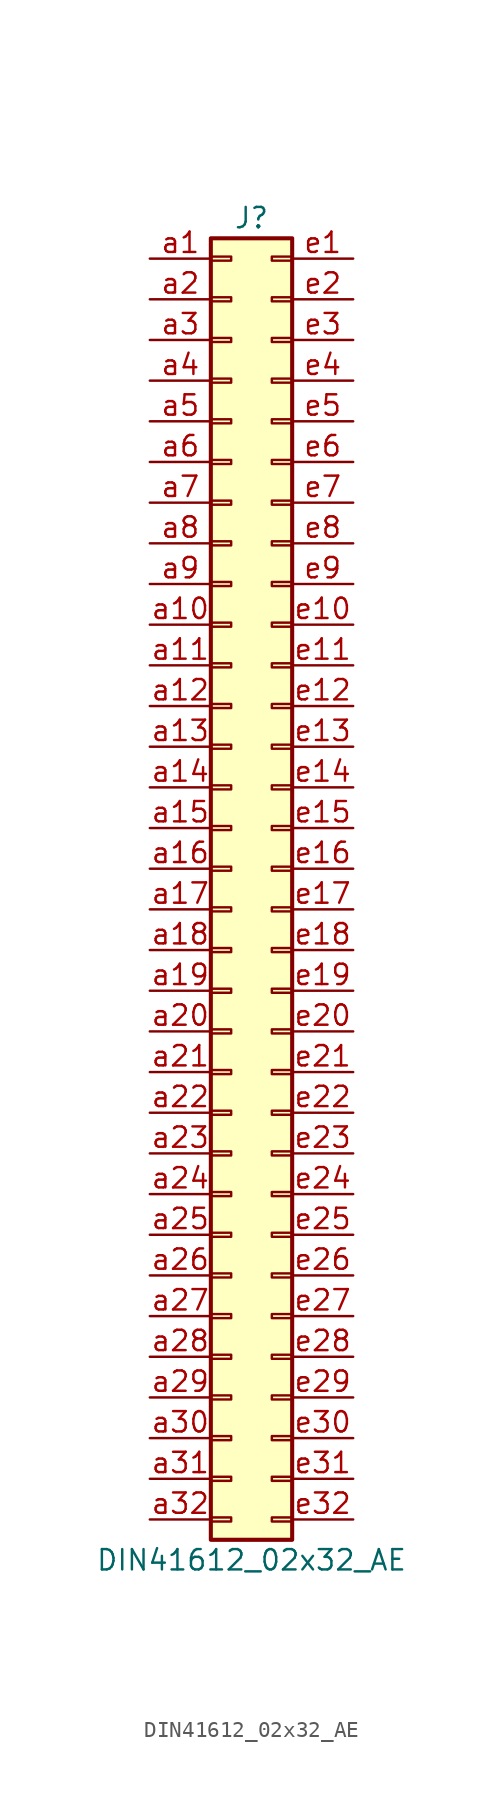
<source format=kicad_sym>
(kicad_symbol_lib
  (version 20220914)
  (generator kicad_symbol_editor)
  (symbol "DIN41612_02x32_AE"
    (pin_names
      (offset 1.016) hide)
    (property "Reference" "J"
      (at 1.27 40.64 0)
      (effects (font (size 1.27 1.27))))
    (property "Value" "DIN41612_02x32_AE"
      (at 1.27 -43.18 0)
      (effects (font (size 1.27 1.27))))
    (symbol "DIN41612_02x32_AE_1_1"
      (rectangle (start -1.27 -40.513) (end 0 -40.767) (stroke (width 0.152) (type default)) (fill (type none)))
      (rectangle (start -1.27 -37.973) (end 0 -38.227) (stroke (width 0.152) (type default)) (fill (type none)))
      (rectangle (start -1.27 -35.433) (end 0 -35.687) (stroke (width 0.152) (type default)) (fill (type none)))
      (rectangle (start -1.27 -32.893) (end 0 -33.147) (stroke (width 0.152) (type default)) (fill (type none)))
      (rectangle (start -1.27 -30.353) (end 0 -30.607) (stroke (width 0.152) (type default)) (fill (type none)))
      (rectangle (start -1.27 -27.813) (end 0 -28.067) (stroke (width 0.152) (type default)) (fill (type none)))
      (rectangle (start -1.27 -25.273) (end 0 -25.527) (stroke (width 0.152) (type default)) (fill (type none)))
      (rectangle (start -1.27 -22.733) (end 0 -22.987) (stroke (width 0.152) (type default)) (fill (type none)))
      (rectangle (start -1.27 -20.193) (end 0 -20.447) (stroke (width 0.152) (type default)) (fill (type none)))
      (rectangle (start -1.27 -17.653) (end 0 -17.907) (stroke (width 0.152) (type default)) (fill (type none)))
      (rectangle (start -1.27 -15.113) (end 0 -15.367) (stroke (width 0.152) (type default)) (fill (type none)))
      (rectangle (start -1.27 -12.573) (end 0 -12.827) (stroke (width 0.152) (type default)) (fill (type none)))
      (rectangle (start -1.27 -10.033) (end 0 -10.287) (stroke (width 0.152) (type default)) (fill (type none)))
      (rectangle (start -1.27 -7.493) (end 0 -7.747) (stroke (width 0.152) (type default)) (fill (type none)))
      (rectangle (start -1.27 -4.953) (end 0 -5.207) (stroke (width 0.152) (type default)) (fill (type none)))
      (rectangle (start -1.27 -2.413) (end 0 -2.667) (stroke (width 0.152) (type default)) (fill (type none)))
      (rectangle (start -1.27 0.127) (end 0 -0.127) (stroke (width 0.152) (type default)) (fill (type none)))
      (rectangle (start -1.27 2.667) (end 0 2.413) (stroke (width 0.152) (type default)) (fill (type none)))
      (rectangle (start -1.27 5.207) (end 0 4.953) (stroke (width 0.152) (type default)) (fill (type none)))
      (rectangle (start -1.27 7.747) (end 0 7.493) (stroke (width 0.152) (type default)) (fill (type none)))
      (rectangle (start -1.27 10.287) (end 0 10.033) (stroke (width 0.152) (type default)) (fill (type none)))
      (rectangle (start -1.27 12.827) (end 0 12.573) (stroke (width 0.152) (type default)) (fill (type none)))
      (rectangle (start -1.27 15.367) (end 0 15.113) (stroke (width 0.152) (type default)) (fill (type none)))
      (rectangle (start -1.27 17.907) (end 0 17.653) (stroke (width 0.152) (type default)) (fill (type none)))
      (rectangle (start -1.27 20.447) (end 0 20.193) (stroke (width 0.152) (type default)) (fill (type none)))
      (rectangle (start -1.27 22.987) (end 0 22.733) (stroke (width 0.152) (type default)) (fill (type none)))
      (rectangle (start -1.27 25.527) (end 0 25.273) (stroke (width 0.152) (type default)) (fill (type none)))
      (rectangle (start -1.27 28.067) (end 0 27.813) (stroke (width 0.152) (type default)) (fill (type none)))
      (rectangle (start -1.27 30.607) (end 0 30.353) (stroke (width 0.152) (type default)) (fill (type none)))
      (rectangle (start -1.27 33.147) (end 0 32.893) (stroke (width 0.152) (type default)) (fill (type none)))
      (rectangle (start -1.27 35.687) (end 0 35.433) (stroke (width 0.152) (type default)) (fill (type none)))
      (rectangle (start -1.27 38.227) (end 0 37.973) (stroke (width 0.152) (type default)) (fill (type none)))
      (rectangle (start -1.27 39.37) (end 3.81 -41.91) (stroke (width 0.254) (type default)) (fill (type background)))
      (rectangle (start 3.81 -40.513) (end 2.54 -40.767) (stroke (width 0.152) (type default)) (fill (type none)))
      (rectangle (start 3.81 -37.973) (end 2.54 -38.227) (stroke (width 0.152) (type default)) (fill (type none)))
      (rectangle (start 3.81 -35.433) (end 2.54 -35.687) (stroke (width 0.152) (type default)) (fill (type none)))
      (rectangle (start 3.81 -32.893) (end 2.54 -33.147) (stroke (width 0.152) (type default)) (fill (type none)))
      (rectangle (start 3.81 -30.353) (end 2.54 -30.607) (stroke (width 0.152) (type default)) (fill (type none)))
      (rectangle (start 3.81 -27.813) (end 2.54 -28.067) (stroke (width 0.152) (type default)) (fill (type none)))
      (rectangle (start 3.81 -25.273) (end 2.54 -25.527) (stroke (width 0.152) (type default)) (fill (type none)))
      (rectangle (start 3.81 -22.733) (end 2.54 -22.987) (stroke (width 0.152) (type default)) (fill (type none)))
      (rectangle (start 3.81 -20.193) (end 2.54 -20.447) (stroke (width 0.152) (type default)) (fill (type none)))
      (rectangle (start 3.81 -17.653) (end 2.54 -17.907) (stroke (width 0.152) (type default)) (fill (type none)))
      (rectangle (start 3.81 -15.113) (end 2.54 -15.367) (stroke (width 0.152) (type default)) (fill (type none)))
      (rectangle (start 3.81 -12.573) (end 2.54 -12.827) (stroke (width 0.152) (type default)) (fill (type none)))
      (rectangle (start 3.81 -10.033) (end 2.54 -10.287) (stroke (width 0.152) (type default)) (fill (type none)))
      (rectangle (start 3.81 -7.493) (end 2.54 -7.747) (stroke (width 0.152) (type default)) (fill (type none)))
      (rectangle (start 3.81 -4.953) (end 2.54 -5.207) (stroke (width 0.152) (type default)) (fill (type none)))
      (rectangle (start 3.81 -2.413) (end 2.54 -2.667) (stroke (width 0.152) (type default)) (fill (type none)))
      (rectangle (start 3.81 0.127) (end 2.54 -0.127) (stroke (width 0.152) (type default)) (fill (type none)))
      (rectangle (start 3.81 2.667) (end 2.54 2.413) (stroke (width 0.152) (type default)) (fill (type none)))
      (rectangle (start 3.81 5.207) (end 2.54 4.953) (stroke (width 0.152) (type default)) (fill (type none)))
      (rectangle (start 3.81 7.747) (end 2.54 7.493) (stroke (width 0.152) (type default)) (fill (type none)))
      (rectangle (start 3.81 10.287) (end 2.54 10.033) (stroke (width 0.152) (type default)) (fill (type none)))
      (rectangle (start 3.81 12.827) (end 2.54 12.573) (stroke (width 0.152) (type default)) (fill (type none)))
      (rectangle (start 3.81 15.367) (end 2.54 15.113) (stroke (width 0.152) (type default)) (fill (type none)))
      (rectangle (start 3.81 17.907) (end 2.54 17.653) (stroke (width 0.152) (type default)) (fill (type none)))
      (rectangle (start 3.81 20.447) (end 2.54 20.193) (stroke (width 0.152) (type default)) (fill (type none)))
      (rectangle (start 3.81 22.987) (end 2.54 22.733) (stroke (width 0.152) (type default)) (fill (type none)))
      (rectangle (start 3.81 25.527) (end 2.54 25.273) (stroke (width 0.152) (type default)) (fill (type none)))
      (rectangle (start 3.81 28.067) (end 2.54 27.813) (stroke (width 0.152) (type default)) (fill (type none)))
      (rectangle (start 3.81 30.607) (end 2.54 30.353) (stroke (width 0.152) (type default)) (fill (type none)))
      (rectangle (start 3.81 33.147) (end 2.54 32.893) (stroke (width 0.152) (type default)) (fill (type none)))
      (rectangle (start 3.81 35.687) (end 2.54 35.433) (stroke (width 0.152) (type default)) (fill (type none)))
      (rectangle (start 3.81 38.227) (end 2.54 37.973) (stroke (width 0.152) (type default)) (fill (type none)))
      (pin passive line (at -5.08 38.1 0) (length 3.81) (name "Pin_a1" (effects (font (size 1.27 1.27)))) (number "a1" (effects (font (size 1.27 1.27)))))
      (pin passive line (at -5.08 15.24 0) (length 3.81) (name "Pin_a10" (effects (font (size 1.27 1.27)))) (number "a10" (effects (font (size 1.27 1.27)))))
      (pin passive line (at -5.08 12.7 0) (length 3.81) (name "Pin_a11" (effects (font (size 1.27 1.27)))) (number "a11" (effects (font (size 1.27 1.27)))))
      (pin passive line (at -5.08 10.16 0) (length 3.81) (name "Pin_a12" (effects (font (size 1.27 1.27)))) (number "a12" (effects (font (size 1.27 1.27)))))
      (pin passive line (at -5.08 7.62 0) (length 3.81) (name "Pin_a13" (effects (font (size 1.27 1.27)))) (number "a13" (effects (font (size 1.27 1.27)))))
      (pin passive line (at -5.08 5.08 0) (length 3.81) (name "Pin_a14" (effects (font (size 1.27 1.27)))) (number "a14" (effects (font (size 1.27 1.27)))))
      (pin passive line (at -5.08 2.54 0) (length 3.81) (name "Pin_a15" (effects (font (size 1.27 1.27)))) (number "a15" (effects (font (size 1.27 1.27)))))
      (pin passive line (at -5.08 0 0) (length 3.81) (name "Pin_a16" (effects (font (size 1.27 1.27)))) (number "a16" (effects (font (size 1.27 1.27)))))
      (pin passive line (at -5.08 -2.54 0) (length 3.81) (name "Pin_a17" (effects (font (size 1.27 1.27)))) (number "a17" (effects (font (size 1.27 1.27)))))
      (pin passive line (at -5.08 -5.08 0) (length 3.81) (name "Pin_a18" (effects (font (size 1.27 1.27)))) (number "a18" (effects (font (size 1.27 1.27)))))
      (pin passive line (at -5.08 -7.62 0) (length 3.81) (name "Pin_a19" (effects (font (size 1.27 1.27)))) (number "a19" (effects (font (size 1.27 1.27)))))
      (pin passive line (at -5.08 35.56 0) (length 3.81) (name "Pin_a2" (effects (font (size 1.27 1.27)))) (number "a2" (effects (font (size 1.27 1.27)))))
      (pin passive line (at -5.08 -10.16 0) (length 3.81) (name "Pin_a20" (effects (font (size 1.27 1.27)))) (number "a20" (effects (font (size 1.27 1.27)))))
      (pin passive line (at -5.08 -12.7 0) (length 3.81) (name "Pin_a21" (effects (font (size 1.27 1.27)))) (number "a21" (effects (font (size 1.27 1.27)))))
      (pin passive line (at -5.08 -15.24 0) (length 3.81) (name "Pin_a22" (effects (font (size 1.27 1.27)))) (number "a22" (effects (font (size 1.27 1.27)))))
      (pin passive line (at -5.08 -17.78 0) (length 3.81) (name "Pin_a23" (effects (font (size 1.27 1.27)))) (number "a23" (effects (font (size 1.27 1.27)))))
      (pin passive line (at -5.08 -20.32 0) (length 3.81) (name "Pin_a24" (effects (font (size 1.27 1.27)))) (number "a24" (effects (font (size 1.27 1.27)))))
      (pin passive line (at -5.08 -22.86 0) (length 3.81) (name "Pin_a25" (effects (font (size 1.27 1.27)))) (number "a25" (effects (font (size 1.27 1.27)))))
      (pin passive line (at -5.08 -25.4 0) (length 3.81) (name "Pin_a26" (effects (font (size 1.27 1.27)))) (number "a26" (effects (font (size 1.27 1.27)))))
      (pin passive line (at -5.08 -27.94 0) (length 3.81) (name "Pin_a27" (effects (font (size 1.27 1.27)))) (number "a27" (effects (font (size 1.27 1.27)))))
      (pin passive line (at -5.08 -30.48 0) (length 3.81) (name "Pin_a28" (effects (font (size 1.27 1.27)))) (number "a28" (effects (font (size 1.27 1.27)))))
      (pin passive line (at -5.08 -33.02 0) (length 3.81) (name "Pin_a29" (effects (font (size 1.27 1.27)))) (number "a29" (effects (font (size 1.27 1.27)))))
      (pin passive line (at -5.08 33.02 0) (length 3.81) (name "Pin_a3" (effects (font (size 1.27 1.27)))) (number "a3" (effects (font (size 1.27 1.27)))))
      (pin passive line (at -5.08 -35.56 0) (length 3.81) (name "Pin_a30" (effects (font (size 1.27 1.27)))) (number "a30" (effects (font (size 1.27 1.27)))))
      (pin passive line (at -5.08 -38.1 0) (length 3.81) (name "Pin_a31" (effects (font (size 1.27 1.27)))) (number "a31" (effects (font (size 1.27 1.27)))))
      (pin passive line (at -5.08 -40.64 0) (length 3.81) (name "Pin_a32" (effects (font (size 1.27 1.27)))) (number "a32" (effects (font (size 1.27 1.27)))))
      (pin passive line (at -5.08 30.48 0) (length 3.81) (name "Pin_a4" (effects (font (size 1.27 1.27)))) (number "a4" (effects (font (size 1.27 1.27)))))
      (pin passive line (at -5.08 27.94 0) (length 3.81) (name "Pin_a5" (effects (font (size 1.27 1.27)))) (number "a5" (effects (font (size 1.27 1.27)))))
      (pin passive line (at -5.08 25.4 0) (length 3.81) (name "Pin_a6" (effects (font (size 1.27 1.27)))) (number "a6" (effects (font (size 1.27 1.27)))))
      (pin passive line (at -5.08 22.86 0) (length 3.81) (name "Pin_a7" (effects (font (size 1.27 1.27)))) (number "a7" (effects (font (size 1.27 1.27)))))
      (pin passive line (at -5.08 20.32 0) (length 3.81) (name "Pin_a8" (effects (font (size 1.27 1.27)))) (number "a8" (effects (font (size 1.27 1.27)))))
      (pin passive line (at -5.08 17.78 0) (length 3.81) (name "Pin_a9" (effects (font (size 1.27 1.27)))) (number "a9" (effects (font (size 1.27 1.27)))))
      (pin passive line (at 7.62 38.1 180) (length 3.81) (name "Pin_e1" (effects (font (size 1.27 1.27)))) (number "e1" (effects (font (size 1.27 1.27)))))
      (pin passive line (at 7.62 15.24 180) (length 3.81) (name "Pin_e10" (effects (font (size 1.27 1.27)))) (number "e10" (effects (font (size 1.27 1.27)))))
      (pin passive line (at 7.62 12.7 180) (length 3.81) (name "Pin_e11" (effects (font (size 1.27 1.27)))) (number "e11" (effects (font (size 1.27 1.27)))))
      (pin passive line (at 7.62 10.16 180) (length 3.81) (name "Pin_e12" (effects (font (size 1.27 1.27)))) (number "e12" (effects (font (size 1.27 1.27)))))
      (pin passive line (at 7.62 7.62 180) (length 3.81) (name "Pin_e13" (effects (font (size 1.27 1.27)))) (number "e13" (effects (font (size 1.27 1.27)))))
      (pin passive line (at 7.62 5.08 180) (length 3.81) (name "Pin_e14" (effects (font (size 1.27 1.27)))) (number "e14" (effects (font (size 1.27 1.27)))))
      (pin passive line (at 7.62 2.54 180) (length 3.81) (name "Pin_e15" (effects (font (size 1.27 1.27)))) (number "e15" (effects (font (size 1.27 1.27)))))
      (pin passive line (at 7.62 0 180) (length 3.81) (name "Pin_e16" (effects (font (size 1.27 1.27)))) (number "e16" (effects (font (size 1.27 1.27)))))
      (pin passive line (at 7.62 -2.54 180) (length 3.81) (name "Pin_e17" (effects (font (size 1.27 1.27)))) (number "e17" (effects (font (size 1.27 1.27)))))
      (pin passive line (at 7.62 -5.08 180) (length 3.81) (name "Pin_e18" (effects (font (size 1.27 1.27)))) (number "e18" (effects (font (size 1.27 1.27)))))
      (pin passive line (at 7.62 -7.62 180) (length 3.81) (name "Pin_e19" (effects (font (size 1.27 1.27)))) (number "e19" (effects (font (size 1.27 1.27)))))
      (pin passive line (at 7.62 35.56 180) (length 3.81) (name "Pin_e2" (effects (font (size 1.27 1.27)))) (number "e2" (effects (font (size 1.27 1.27)))))
      (pin passive line (at 7.62 -10.16 180) (length 3.81) (name "Pin_e20" (effects (font (size 1.27 1.27)))) (number "e20" (effects (font (size 1.27 1.27)))))
      (pin passive line (at 7.62 -12.7 180) (length 3.81) (name "Pin_e21" (effects (font (size 1.27 1.27)))) (number "e21" (effects (font (size 1.27 1.27)))))
      (pin passive line (at 7.62 -15.24 180) (length 3.81) (name "Pin_e22" (effects (font (size 1.27 1.27)))) (number "e22" (effects (font (size 1.27 1.27)))))
      (pin passive line (at 7.62 -17.78 180) (length 3.81) (name "Pin_e23" (effects (font (size 1.27 1.27)))) (number "e23" (effects (font (size 1.27 1.27)))))
      (pin passive line (at 7.62 -20.32 180) (length 3.81) (name "Pin_e24" (effects (font (size 1.27 1.27)))) (number "e24" (effects (font (size 1.27 1.27)))))
      (pin passive line (at 7.62 -22.86 180) (length 3.81) (name "Pin_e25" (effects (font (size 1.27 1.27)))) (number "e25" (effects (font (size 1.27 1.27)))))
      (pin passive line (at 7.62 -25.4 180) (length 3.81) (name "Pin_e26" (effects (font (size 1.27 1.27)))) (number "e26" (effects (font (size 1.27 1.27)))))
      (pin passive line (at 7.62 -27.94 180) (length 3.81) (name "Pin_e27" (effects (font (size 1.27 1.27)))) (number "e27" (effects (font (size 1.27 1.27)))))
      (pin passive line (at 7.62 -30.48 180) (length 3.81) (name "Pin_e28" (effects (font (size 1.27 1.27)))) (number "e28" (effects (font (size 1.27 1.27)))))
      (pin passive line (at 7.62 -33.02 180) (length 3.81) (name "Pin_e29" (effects (font (size 1.27 1.27)))) (number "e29" (effects (font (size 1.27 1.27)))))
      (pin passive line (at 7.62 33.02 180) (length 3.81) (name "Pin_e3" (effects (font (size 1.27 1.27)))) (number "e3" (effects (font (size 1.27 1.27)))))
      (pin passive line (at 7.62 -35.56 180) (length 3.81) (name "Pin_e30" (effects (font (size 1.27 1.27)))) (number "e30" (effects (font (size 1.27 1.27)))))
      (pin passive line (at 7.62 -38.1 180) (length 3.81) (name "Pin_e31" (effects (font (size 1.27 1.27)))) (number "e31" (effects (font (size 1.27 1.27)))))
      (pin passive line (at 7.62 -40.64 180) (length 3.81) (name "Pin_e32" (effects (font (size 1.27 1.27)))) (number "e32" (effects (font (size 1.27 1.27)))))
      (pin passive line (at 7.62 30.48 180) (length 3.81) (name "Pin_e4" (effects (font (size 1.27 1.27)))) (number "e4" (effects (font (size 1.27 1.27)))))
      (pin passive line (at 7.62 27.94 180) (length 3.81) (name "Pin_e5" (effects (font (size 1.27 1.27)))) (number "e5" (effects (font (size 1.27 1.27)))))
      (pin passive line (at 7.62 25.4 180) (length 3.81) (name "Pin_e6" (effects (font (size 1.27 1.27)))) (number "e6" (effects (font (size 1.27 1.27)))))
      (pin passive line (at 7.62 22.86 180) (length 3.81) (name "Pin_e7" (effects (font (size 1.27 1.27)))) (number "e7" (effects (font (size 1.27 1.27)))))
      (pin passive line (at 7.62 20.32 180) (length 3.81) (name "Pin_e8" (effects (font (size 1.27 1.27)))) (number "e8" (effects (font (size 1.27 1.27)))))
      (pin passive line (at 7.62 17.78 180) (length 3.81) (name "Pin_e9" (effects (font (size 1.27 1.27)))) (number "e9" (effects (font (size 1.27 1.27))))))))
</source>
